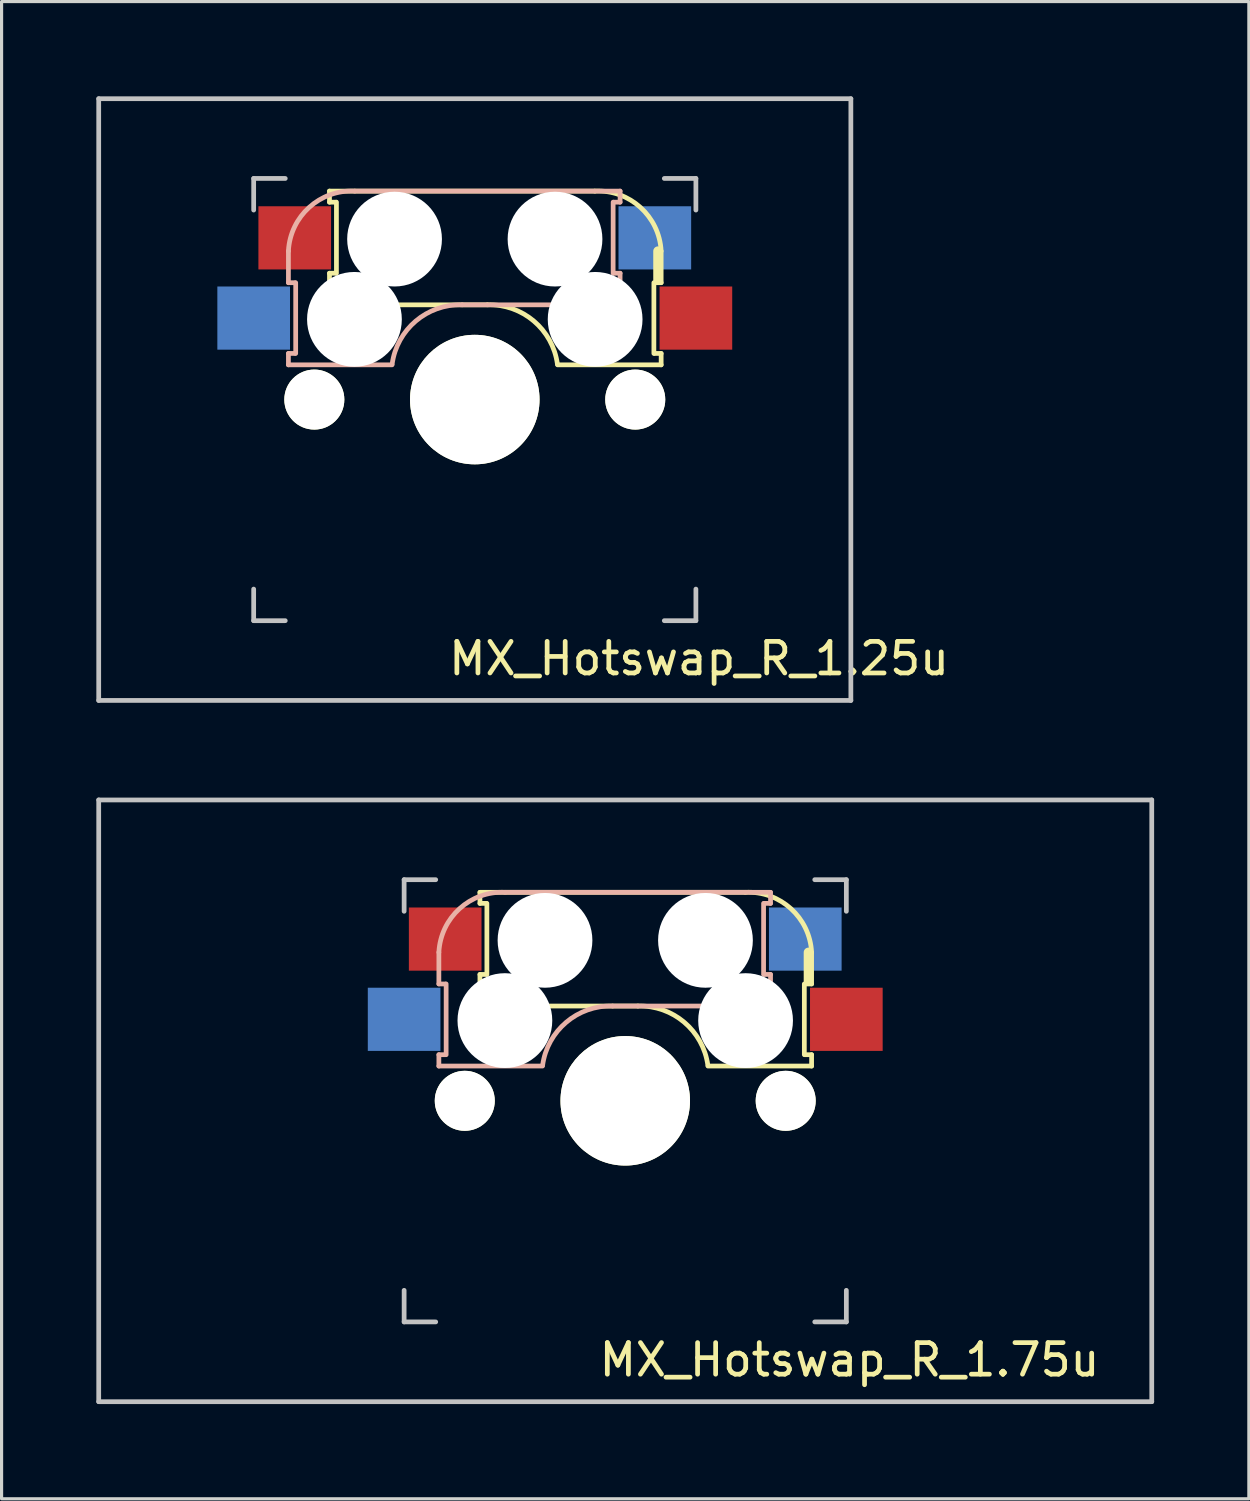
<source format=kicad_pcb>
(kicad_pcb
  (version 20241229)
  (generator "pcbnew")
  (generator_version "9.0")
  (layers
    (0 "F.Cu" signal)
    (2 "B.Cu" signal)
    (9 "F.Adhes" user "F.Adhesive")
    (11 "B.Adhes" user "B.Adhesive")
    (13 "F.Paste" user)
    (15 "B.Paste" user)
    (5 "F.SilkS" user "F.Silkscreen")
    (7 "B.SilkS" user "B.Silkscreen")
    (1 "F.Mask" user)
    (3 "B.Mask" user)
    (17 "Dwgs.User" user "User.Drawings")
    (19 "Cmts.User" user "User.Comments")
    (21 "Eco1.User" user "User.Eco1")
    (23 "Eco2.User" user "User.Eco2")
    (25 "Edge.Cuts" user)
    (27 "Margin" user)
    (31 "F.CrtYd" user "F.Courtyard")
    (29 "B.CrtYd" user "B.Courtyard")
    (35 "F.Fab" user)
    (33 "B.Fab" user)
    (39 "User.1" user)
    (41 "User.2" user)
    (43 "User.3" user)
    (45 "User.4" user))
  (footprint "MX_Hotswap_R_1.25u"
    (layer "F.Cu")
    (at 11.981 9.6)
    (property "Reference" "MX_Hotswap_R_1.25u" (at 7.1 8.2 0) (layer "F.SilkS") (effects (font (size 1 1) (thickness 0.15))))
    (attr through_hole)
    (fp_line (start -4.6 -6.6) (end 3.8 -6.6) (stroke (width 0.15) (type solid)) (layer "F.SilkS"))
    (fp_line (start -4.6 -6.25) (end -4.6 -6.6) (stroke (width 0.15) (type solid)) (layer "F.SilkS"))
    (fp_line (start -4.6 -4) (end -4.4 -4) (stroke (width 0.15) (type solid)) (layer "F.SilkS"))
    (fp_line (start -4.6 -3) (end -4.6 -4) (stroke (width 0.15) (type solid)) (layer "F.SilkS"))
    (fp_line (start -4.4 -6.25) (end -4.6 -6.25) (stroke (width 0.15) (type solid)) (layer "F.SilkS"))
    (fp_line (start -4.38 -4) (end -4.38 -6.25) (stroke (width 0.15) (type solid)) (layer "F.SilkS"))
    (fp_line (start 0.4 -3) (end -4.6 -3) (stroke (width 0.15) (type solid)) (layer "F.SilkS"))
    (fp_line (start 5.67 -3.7) (end 5.67 -1.46) (stroke (width 0.15) (type solid)) (layer "F.SilkS"))
    (fp_line (start 5.7 -1.46) (end 5.9 -1.46) (stroke (width 0.15) (type solid)) (layer "F.SilkS"))
    (fp_line (start 5.8 -3.8) (end 5.8 -4.7) (stroke (width 0.3) (type solid)) (layer "F.SilkS"))
    (fp_line (start 5.9 -4.7) (end 5.9 -3.7) (stroke (width 0.15) (type solid)) (layer "F.SilkS"))
    (fp_line (start 5.9 -3.7) (end 5.7 -3.7) (stroke (width 0.15) (type solid)) (layer "F.SilkS"))
    (fp_line (start 5.9 -1.1) (end 2.62 -1.1) (stroke (width 0.15) (type solid)) (layer "F.SilkS"))
    (fp_line (start 5.9 -1.1) (end 5.9 -1.46) (stroke (width 0.15) (type solid)) (layer "F.SilkS"))
    (fp_arc (start 0.4 -3) (mid 1.868709 -2.486118) (end 2.616318 -1.121471) (stroke (width 0.15) (type solid)) (layer "F.SilkS"))
    (fp_arc (start 3.8 -6.600001) (mid 5.243504 -6.084925) (end 5.900001 -4.7) (stroke (width 0.15) (type solid)) (layer "F.SilkS"))
    (fp_line (start -5.9 -4.7) (end -5.9 -3.7) (stroke (width 0.15) (type solid)) (layer "B.SilkS"))
    (fp_line (start -5.9 -3.7) (end -5.7 -3.7) (stroke (width 0.15) (type solid)) (layer "B.SilkS"))
    (fp_line (start -5.9 -1.1) (end -5.9 -1.46) (stroke (width 0.15) (type solid)) (layer "B.SilkS"))
    (fp_line (start -5.9 -1.1) (end -2.62 -1.1) (stroke (width 0.15) (type solid)) (layer "B.SilkS"))
    (fp_line (start -5.7 -1.46) (end -5.9 -1.46) (stroke (width 0.15) (type solid)) (layer "B.SilkS"))
    (fp_line (start -5.67 -3.7) (end -5.67 -1.46) (stroke (width 0.15) (type solid)) (layer "B.SilkS"))
    (fp_line (start -0.4 -3) (end 4.6 -3) (stroke (width 0.15) (type solid)) (layer "B.SilkS"))
    (fp_line (start 4.38 -4) (end 4.38 -6.25) (stroke (width 0.15) (type solid)) (layer "B.SilkS"))
    (fp_line (start 4.4 -6.25) (end 4.6 -6.25) (stroke (width 0.15) (type solid)) (layer "B.SilkS"))
    (fp_line (start 4.6 -6.6) (end -3.8 -6.6) (stroke (width 0.15) (type solid)) (layer "B.SilkS"))
    (fp_line (start 4.6 -6.25) (end 4.6 -6.6) (stroke (width 0.15) (type solid)) (layer "B.SilkS"))
    (fp_line (start 4.6 -4) (end 4.4 -4) (stroke (width 0.15) (type solid)) (layer "B.SilkS"))
    (fp_line (start 4.6 -3) (end 4.6 -4) (stroke (width 0.15) (type solid)) (layer "B.SilkS"))
    (fp_arc (start -5.9 -4.699999) (mid -5.243504 -6.084924) (end -3.800001 -6.6) (stroke (width 0.15) (type solid)) (layer "B.SilkS"))
    (fp_arc (start -2.616318 -1.121471) (mid -1.868709 -2.486118) (end -0.4 -3) (stroke (width 0.15) (type solid)) (layer "B.SilkS"))
    (fp_line (start -11.906 -9.525) (end 11.906 -9.525) (stroke (width 0.15) (type solid)) (layer "Dwgs.User"))
    (fp_line (start -11.906 9.525) (end -11.906 -9.525) (stroke (width 0.15) (type solid)) (layer "Dwgs.User"))
    (fp_line (start -7 -7) (end -6 -7) (stroke (width 0.15) (type solid)) (layer "Dwgs.User"))
    (fp_line (start -7 -6) (end -7 -7) (stroke (width 0.15) (type solid)) (layer "Dwgs.User"))
    (fp_line (start -7 6) (end -7 7) (stroke (width 0.15) (type solid)) (layer "Dwgs.User"))
    (fp_line (start -7 7) (end -6 7) (stroke (width 0.15) (type solid)) (layer "Dwgs.User"))
    (fp_line (start 6 7) (end 7 7) (stroke (width 0.15) (type solid)) (layer "Dwgs.User"))
    (fp_line (start 7 -7) (end 6 -7) (stroke (width 0.15) (type solid)) (layer "Dwgs.User"))
    (fp_line (start 7 -7) (end 7 -6) (stroke (width 0.15) (type solid)) (layer "Dwgs.User"))
    (fp_line (start 7 7) (end 7 6) (stroke (width 0.15) (type solid)) (layer "Dwgs.User"))
    (fp_line (start 11.906 -9.525) (end 11.906 9.525) (stroke (width 0.15) (type solid)) (layer "Dwgs.User"))
    (fp_line (start 11.906 9.525) (end -11.906 9.525) (stroke (width 0.15) (type solid)) (layer "Dwgs.User"))
    (pad "" np_thru_hole circle (at -5.08 0) (size 1.9 1.9) (drill 1.9) (layers "*.Cu" "*.Mask" "F.SilkS"))
    (pad "" np_thru_hole circle (at -3.81 -2.54 180) (size 3 3) (drill 3) (layers "*.Cu" "*.Mask"))
    (pad "" np_thru_hole circle (at -2.54 -5.08 180) (size 3 3) (drill 3) (layers "*.Cu" "*.Mask"))
    (pad "" np_thru_hole circle (at 0 0 90) (size 4.1 4.1) (drill 4.1) (layers "*.Cu" "*.Mask" "F.SilkS"))
    (pad "" np_thru_hole circle (at 2.54 -5.08 180) (size 3 3) (drill 3) (layers "*.Cu" "*.Mask"))
    (pad "" np_thru_hole circle (at 3.81 -2.54 180) (size 3 3) (drill 3) (layers "*.Cu" "*.Mask"))
    (pad "" np_thru_hole circle (at 5.08 0) (size 1.9 1.9) (drill 1.9) (layers "*.Cu" "*.Mask" "F.SilkS"))
    (pad "1" smd rect (at -7 -2.58 180) (size 2.3 2) (layers "B.Cu" "B.Mask" "B.Paste"))
    (pad "1" smd rect (at 7 -2.58 180) (size 2.3 2) (layers "F.Cu" "F.Mask" "F.Paste"))
    (pad "2" smd rect (at -5.7 -5.12 180) (size 2.3 2) (layers "F.Cu" "F.Mask" "F.Paste"))
    (pad "2" smd rect (at 5.7 -5.12 180) (size 2.3 2) (layers "B.Cu" "B.Mask" "B.Paste")))
  (footprint "MX_Hotswap_R_1.75u"
    (layer "F.Cu")
    (at 16.744 31.8)
    (property "Reference" "MX_Hotswap_R_1.75u" (at 7.1 8.2 0) (layer "F.SilkS") (effects (font (size 1 1) (thickness 0.15))))
    (attr through_hole)
    (fp_line (start -4.6 -6.6) (end 3.8 -6.6) (stroke (width 0.15) (type solid)) (layer "F.SilkS"))
    (fp_line (start -4.6 -6.25) (end -4.6 -6.6) (stroke (width 0.15) (type solid)) (layer "F.SilkS"))
    (fp_line (start -4.6 -4) (end -4.4 -4) (stroke (width 0.15) (type solid)) (layer "F.SilkS"))
    (fp_line (start -4.6 -3) (end -4.6 -4) (stroke (width 0.15) (type solid)) (layer "F.SilkS"))
    (fp_line (start -4.4 -6.25) (end -4.6 -6.25) (stroke (width 0.15) (type solid)) (layer "F.SilkS"))
    (fp_line (start -4.38 -4) (end -4.38 -6.25) (stroke (width 0.15) (type solid)) (layer "F.SilkS"))
    (fp_line (start 0.4 -3) (end -4.6 -3) (stroke (width 0.15) (type solid)) (layer "F.SilkS"))
    (fp_line (start 5.67 -3.7) (end 5.67 -1.46) (stroke (width 0.15) (type solid)) (layer "F.SilkS"))
    (fp_line (start 5.7 -1.46) (end 5.9 -1.46) (stroke (width 0.15) (type solid)) (layer "F.SilkS"))
    (fp_line (start 5.8 -3.8) (end 5.8 -4.7) (stroke (width 0.3) (type solid)) (layer "F.SilkS"))
    (fp_line (start 5.9 -4.7) (end 5.9 -3.7) (stroke (width 0.15) (type solid)) (layer "F.SilkS"))
    (fp_line (start 5.9 -3.7) (end 5.7 -3.7) (stroke (width 0.15) (type solid)) (layer "F.SilkS"))
    (fp_line (start 5.9 -1.1) (end 2.62 -1.1) (stroke (width 0.15) (type solid)) (layer "F.SilkS"))
    (fp_line (start 5.9 -1.1) (end 5.9 -1.46) (stroke (width 0.15) (type solid)) (layer "F.SilkS"))
    (fp_arc (start 0.4 -3) (mid 1.868709 -2.486118) (end 2.616318 -1.121471) (stroke (width 0.15) (type solid)) (layer "F.SilkS"))
    (fp_arc (start 3.8 -6.600001) (mid 5.243504 -6.084925) (end 5.900001 -4.7) (stroke (width 0.15) (type solid)) (layer "F.SilkS"))
    (fp_line (start -5.9 -4.7) (end -5.9 -3.7) (stroke (width 0.15) (type solid)) (layer "B.SilkS"))
    (fp_line (start -5.9 -3.7) (end -5.7 -3.7) (stroke (width 0.15) (type solid)) (layer "B.SilkS"))
    (fp_line (start -5.9 -1.1) (end -5.9 -1.46) (stroke (width 0.15) (type solid)) (layer "B.SilkS"))
    (fp_line (start -5.9 -1.1) (end -2.62 -1.1) (stroke (width 0.15) (type solid)) (layer "B.SilkS"))
    (fp_line (start -5.7 -1.46) (end -5.9 -1.46) (stroke (width 0.15) (type solid)) (layer "B.SilkS"))
    (fp_line (start -5.67 -3.7) (end -5.67 -1.46) (stroke (width 0.15) (type solid)) (layer "B.SilkS"))
    (fp_line (start -0.4 -3) (end 4.6 -3) (stroke (width 0.15) (type solid)) (layer "B.SilkS"))
    (fp_line (start 4.38 -4) (end 4.38 -6.25) (stroke (width 0.15) (type solid)) (layer "B.SilkS"))
    (fp_line (start 4.4 -6.25) (end 4.6 -6.25) (stroke (width 0.15) (type solid)) (layer "B.SilkS"))
    (fp_line (start 4.6 -6.6) (end -3.8 -6.6) (stroke (width 0.15) (type solid)) (layer "B.SilkS"))
    (fp_line (start 4.6 -6.25) (end 4.6 -6.6) (stroke (width 0.15) (type solid)) (layer "B.SilkS"))
    (fp_line (start 4.6 -4) (end 4.4 -4) (stroke (width 0.15) (type solid)) (layer "B.SilkS"))
    (fp_line (start 4.6 -3) (end 4.6 -4) (stroke (width 0.15) (type solid)) (layer "B.SilkS"))
    (fp_arc (start -5.9 -4.699999) (mid -5.243504 -6.084924) (end -3.800001 -6.6) (stroke (width 0.15) (type solid)) (layer "B.SilkS"))
    (fp_arc (start -2.616318 -1.121471) (mid -1.868709 -2.486118) (end -0.4 -3) (stroke (width 0.15) (type solid)) (layer "B.SilkS"))
    (fp_line (start -16.669 -9.525) (end 16.669 -9.525) (stroke (width 0.15) (type solid)) (layer "Dwgs.User"))
    (fp_line (start -16.669 9.525) (end -16.669 -9.525) (stroke (width 0.15) (type solid)) (layer "Dwgs.User"))
    (fp_line (start -7 -7) (end -6 -7) (stroke (width 0.15) (type solid)) (layer "Dwgs.User"))
    (fp_line (start -7 -6) (end -7 -7) (stroke (width 0.15) (type solid)) (layer "Dwgs.User"))
    (fp_line (start -7 6) (end -7 7) (stroke (width 0.15) (type solid)) (layer "Dwgs.User"))
    (fp_line (start -7 7) (end -6 7) (stroke (width 0.15) (type solid)) (layer "Dwgs.User"))
    (fp_line (start 6 7) (end 7 7) (stroke (width 0.15) (type solid)) (layer "Dwgs.User"))
    (fp_line (start 7 -7) (end 6 -7) (stroke (width 0.15) (type solid)) (layer "Dwgs.User"))
    (fp_line (start 7 -7) (end 7 -6) (stroke (width 0.15) (type solid)) (layer "Dwgs.User"))
    (fp_line (start 7 7) (end 7 6) (stroke (width 0.15) (type solid)) (layer "Dwgs.User"))
    (fp_line (start 16.669 -9.525) (end 16.669 9.525) (stroke (width 0.15) (type solid)) (layer "Dwgs.User"))
    (fp_line (start 16.669 9.525) (end -16.669 9.525) (stroke (width 0.15) (type solid)) (layer "Dwgs.User"))
    (pad "" np_thru_hole circle (at -5.08 0) (size 1.9 1.9) (drill 1.9) (layers "*.Cu" "*.Mask" "F.SilkS"))
    (pad "" np_thru_hole circle (at -3.81 -2.54 180) (size 3 3) (drill 3) (layers "*.Cu" "*.Mask"))
    (pad "" np_thru_hole circle (at -2.54 -5.08 180) (size 3 3) (drill 3) (layers "*.Cu" "*.Mask"))
    (pad "" np_thru_hole circle (at 0 0 90) (size 4.1 4.1) (drill 4.1) (layers "*.Cu" "*.Mask" "F.SilkS"))
    (pad "" np_thru_hole circle (at 2.54 -5.08 180) (size 3 3) (drill 3) (layers "*.Cu" "*.Mask"))
    (pad "" np_thru_hole circle (at 3.81 -2.54 180) (size 3 3) (drill 3) (layers "*.Cu" "*.Mask"))
    (pad "" np_thru_hole circle (at 5.08 0) (size 1.9 1.9) (drill 1.9) (layers "*.Cu" "*.Mask" "F.SilkS"))
    (pad "1" smd rect (at -7 -2.58 180) (size 2.3 2) (layers "B.Cu" "B.Mask" "B.Paste"))
    (pad "1" smd rect (at 7 -2.58 180) (size 2.3 2) (layers "F.Cu" "F.Mask" "F.Paste"))
    (pad "2" smd rect (at -5.7 -5.12 180) (size 2.3 2) (layers "F.Cu" "F.Mask" "F.Paste"))
    (pad "2" smd rect (at 5.7 -5.12 180) (size 2.3 2) (layers "B.Cu" "B.Mask" "B.Paste")))
  (gr_rect
    (start -3 -3)
    (end 36.487 44.4)
    (stroke (width 0.1) (type default))
    (fill no)
    (layer "Edge.Cuts")))
</source>
